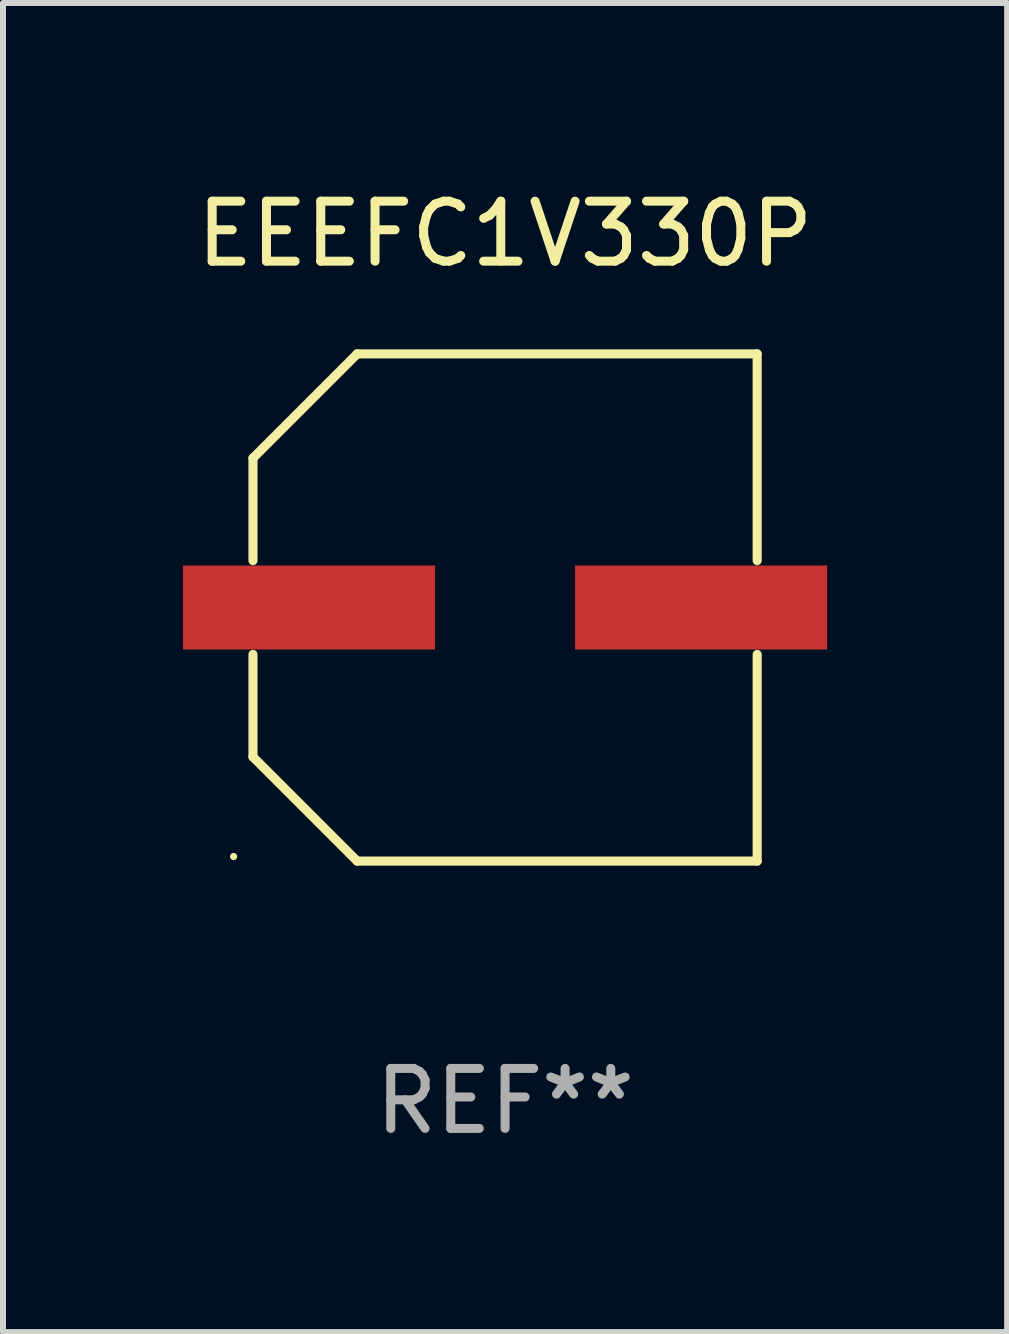
<source format=kicad_pcb>
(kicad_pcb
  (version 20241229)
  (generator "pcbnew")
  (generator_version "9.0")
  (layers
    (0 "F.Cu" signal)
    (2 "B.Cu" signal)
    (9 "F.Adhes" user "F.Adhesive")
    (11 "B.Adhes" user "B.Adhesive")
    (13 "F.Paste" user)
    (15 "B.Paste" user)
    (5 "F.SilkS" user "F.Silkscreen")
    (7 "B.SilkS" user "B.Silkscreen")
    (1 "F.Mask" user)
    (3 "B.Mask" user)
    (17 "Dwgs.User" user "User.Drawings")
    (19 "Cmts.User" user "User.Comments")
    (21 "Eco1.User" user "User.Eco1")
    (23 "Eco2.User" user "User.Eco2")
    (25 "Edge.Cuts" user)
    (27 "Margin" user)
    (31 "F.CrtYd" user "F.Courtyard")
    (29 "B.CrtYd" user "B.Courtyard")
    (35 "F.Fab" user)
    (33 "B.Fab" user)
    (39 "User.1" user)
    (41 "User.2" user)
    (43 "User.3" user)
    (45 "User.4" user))
  (footprint "EEEFC1V330P"
    (layer "F.Cu")
    (at 5.367 7.074)
    (property "Reference" "EEEFC1V330P" (at 0 -6.226 0) (layer "F.SilkS") (effects (font (size 1 1) (thickness 0.15))))
    (attr through_hole)
    (fp_line (start -4.201 -2.49) (end -4.201 -0.782) (stroke (width 0.152) (type solid)) (layer "F.SilkS"))
    (fp_line (start -4.201 2.49) (end -4.201 0.782) (stroke (width 0.152) (type solid)) (layer "F.SilkS"))
    (fp_line (start -2.465 -4.226) (end -4.201 -2.49) (stroke (width 0.152) (type solid)) (layer "F.SilkS"))
    (fp_line (start -2.465 4.226) (end -4.201 2.49) (stroke (width 0.152) (type solid)) (layer "F.SilkS"))
    (fp_line (start 4.201 -4.226) (end -2.465 -4.226) (stroke (width 0.152) (type solid)) (layer "F.SilkS"))
    (fp_line (start 4.201 -0.782) (end 4.201 -4.226) (stroke (width 0.152) (type solid)) (layer "F.SilkS"))
    (fp_line (start 4.201 0.782) (end 4.201 4.226) (stroke (width 0.152) (type solid)) (layer "F.SilkS"))
    (fp_line (start 4.201 4.226) (end -2.465 4.226) (stroke (width 0.152) (type solid)) (layer "F.SilkS"))
    (fp_circle (center -4.524 4.15) (end -4.494 4.15) (stroke (width 0.06) (type solid)) (fill no) (layer "F.SilkS"))
    (fp_text user "REF**" (at 0 8.226 0) (layer "F.Fab") (effects (font (size 1 1) (thickness 0.15))))
    (pad "1" smd rect (at -3.267 0) (size 4.2 1.4) (layers "F.Cu" "F.Mask" "F.Paste"))
    (pad "2" smd rect (at 3.267 0) (size 4.2 1.4) (layers "F.Cu" "F.Mask" "F.Paste")))
  (gr_rect
    (start -3 -3)
    (end 13.734 19.149)
    (stroke (width 0.1) (type default))
    (fill no)
    (layer "Edge.Cuts")))
</source>
